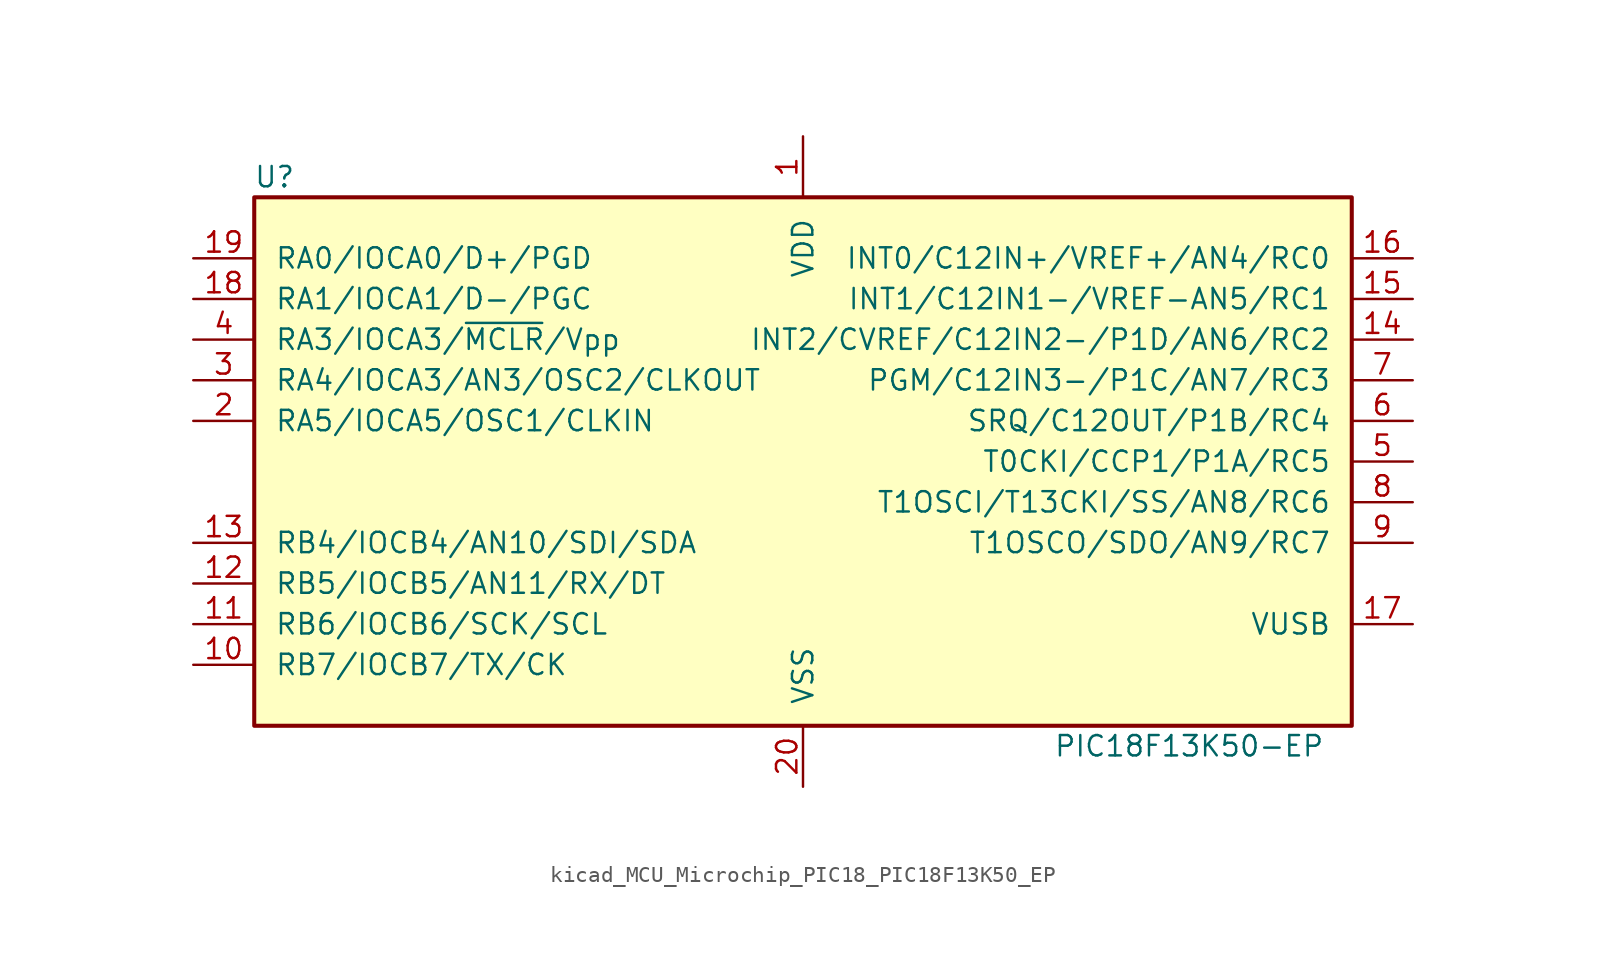
<source format=kicad_sym>
(kicad_symbol_lib
  (version 20220914)
  (generator kicad_symbol_editor)
  (symbol "kicad_MCU_Microchip_PIC18_PIC18F13K50_EP"
    (pin_names
      (offset 1.27))
    (property "Reference" "U"
      (at -33.02 17.78 0)
      (effects (font (size 1.27 1.27))))
    (property "Value" "PIC18F13K50-EP"
      (at 24.13 -17.78 0)
      (effects (font (size 1.27 1.27))))
    (symbol "kicad_MCU_Microchip_PIC18_PIC18F13K50_EP_0_1"
      (rectangle (start -34.29 16.51) (end 34.29 -16.51) (stroke (width 0.254) (type default)) (fill (type background))))
    (symbol "kicad_MCU_Microchip_PIC18_PIC18F13K50_EP_1_1"
      (pin power_in line (at 0 20.32 270) (length 3.81) (name "VDD" (effects (font (size 1.27 1.27)))) (number "1" (effects (font (size 1.27 1.27)))))
      (pin bidirectional line (at -38.1 -12.7 0) (length 3.81) (name "RB7/IOCB7/TX/CK" (effects (font (size 1.27 1.27)))) (number "10" (effects (font (size 1.27 1.27)))))
      (pin bidirectional line (at -38.1 -10.16 0) (length 3.81) (name "RB6/IOCB6/SCK/SCL" (effects (font (size 1.27 1.27)))) (number "11" (effects (font (size 1.27 1.27)))))
      (pin bidirectional line (at -38.1 -7.62 0) (length 3.81) (name "RB5/IOCB5/AN11/RX/DT" (effects (font (size 1.27 1.27)))) (number "12" (effects (font (size 1.27 1.27)))))
      (pin bidirectional line (at -38.1 -5.08 0) (length 3.81) (name "RB4/IOCB4/AN10/SDI/SDA" (effects (font (size 1.27 1.27)))) (number "13" (effects (font (size 1.27 1.27)))))
      (pin bidirectional line (at 38.1 7.62 180) (length 3.81) (name "INT2/CVREF/C12IN2-/P1D/AN6/RC2" (effects (font (size 1.27 1.27)))) (number "14" (effects (font (size 1.27 1.27)))))
      (pin bidirectional line (at 38.1 10.16 180) (length 3.81) (name "INT1/C12IN1-/VREF-AN5/RC1" (effects (font (size 1.27 1.27)))) (number "15" (effects (font (size 1.27 1.27)))))
      (pin bidirectional line (at 38.1 12.7 180) (length 3.81) (name "INT0/C12IN+/VREF+/AN4/RC0" (effects (font (size 1.27 1.27)))) (number "16" (effects (font (size 1.27 1.27)))))
      (pin passive line (at 38.1 -10.16 180) (length 3.81) (name "VUSB" (effects (font (size 1.27 1.27)))) (number "17" (effects (font (size 1.27 1.27)))))
      (pin bidirectional line (at -38.1 10.16 0) (length 3.81) (name "RA1/IOCA1/D-/PGC" (effects (font (size 1.27 1.27)))) (number "18" (effects (font (size 1.27 1.27)))))
      (pin bidirectional line (at -38.1 12.7 0) (length 3.81) (name "RA0/IOCA0/D+/PGD" (effects (font (size 1.27 1.27)))) (number "19" (effects (font (size 1.27 1.27)))))
      (pin bidirectional line (at -38.1 2.54 0) (length 3.81) (name "RA5/IOCA5/OSC1/CLKIN" (effects (font (size 1.27 1.27)))) (number "2" (effects (font (size 1.27 1.27)))))
      (pin power_in line (at 0 -20.32 90) (length 3.81) (name "VSS" (effects (font (size 1.27 1.27)))) (number "20" (effects (font (size 1.27 1.27)))))
      (pin bidirectional line (at -38.1 5.08 0) (length 3.81) (name "RA4/IOCA3/AN3/OSC2/CLKOUT" (effects (font (size 1.27 1.27)))) (number "3" (effects (font (size 1.27 1.27)))))
      (pin input line (at -38.1 7.62 0) (length 3.81) (name "RA3/IOCA3/~{MCLR}/Vpp" (effects (font (size 1.27 1.27)))) (number "4" (effects (font (size 1.27 1.27)))))
      (pin bidirectional line (at 38.1 0 180) (length 3.81) (name "T0CKI/CCP1/P1A/RC5" (effects (font (size 1.27 1.27)))) (number "5" (effects (font (size 1.27 1.27)))))
      (pin bidirectional line (at 38.1 2.54 180) (length 3.81) (name "SRQ/C12OUT/P1B/RC4" (effects (font (size 1.27 1.27)))) (number "6" (effects (font (size 1.27 1.27)))))
      (pin bidirectional line (at 38.1 5.08 180) (length 3.81) (name "PGM/C12IN3-/P1C/AN7/RC3" (effects (font (size 1.27 1.27)))) (number "7" (effects (font (size 1.27 1.27)))))
      (pin bidirectional line (at 38.1 -2.54 180) (length 3.81) (name "T1OSCI/T13CKI/SS/AN8/RC6" (effects (font (size 1.27 1.27)))) (number "8" (effects (font (size 1.27 1.27)))))
      (pin bidirectional line (at 38.1 -5.08 180) (length 3.81) (name "T1OSCO/SDO/AN9/RC7" (effects (font (size 1.27 1.27)))) (number "9" (effects (font (size 1.27 1.27))))))))
</source>
